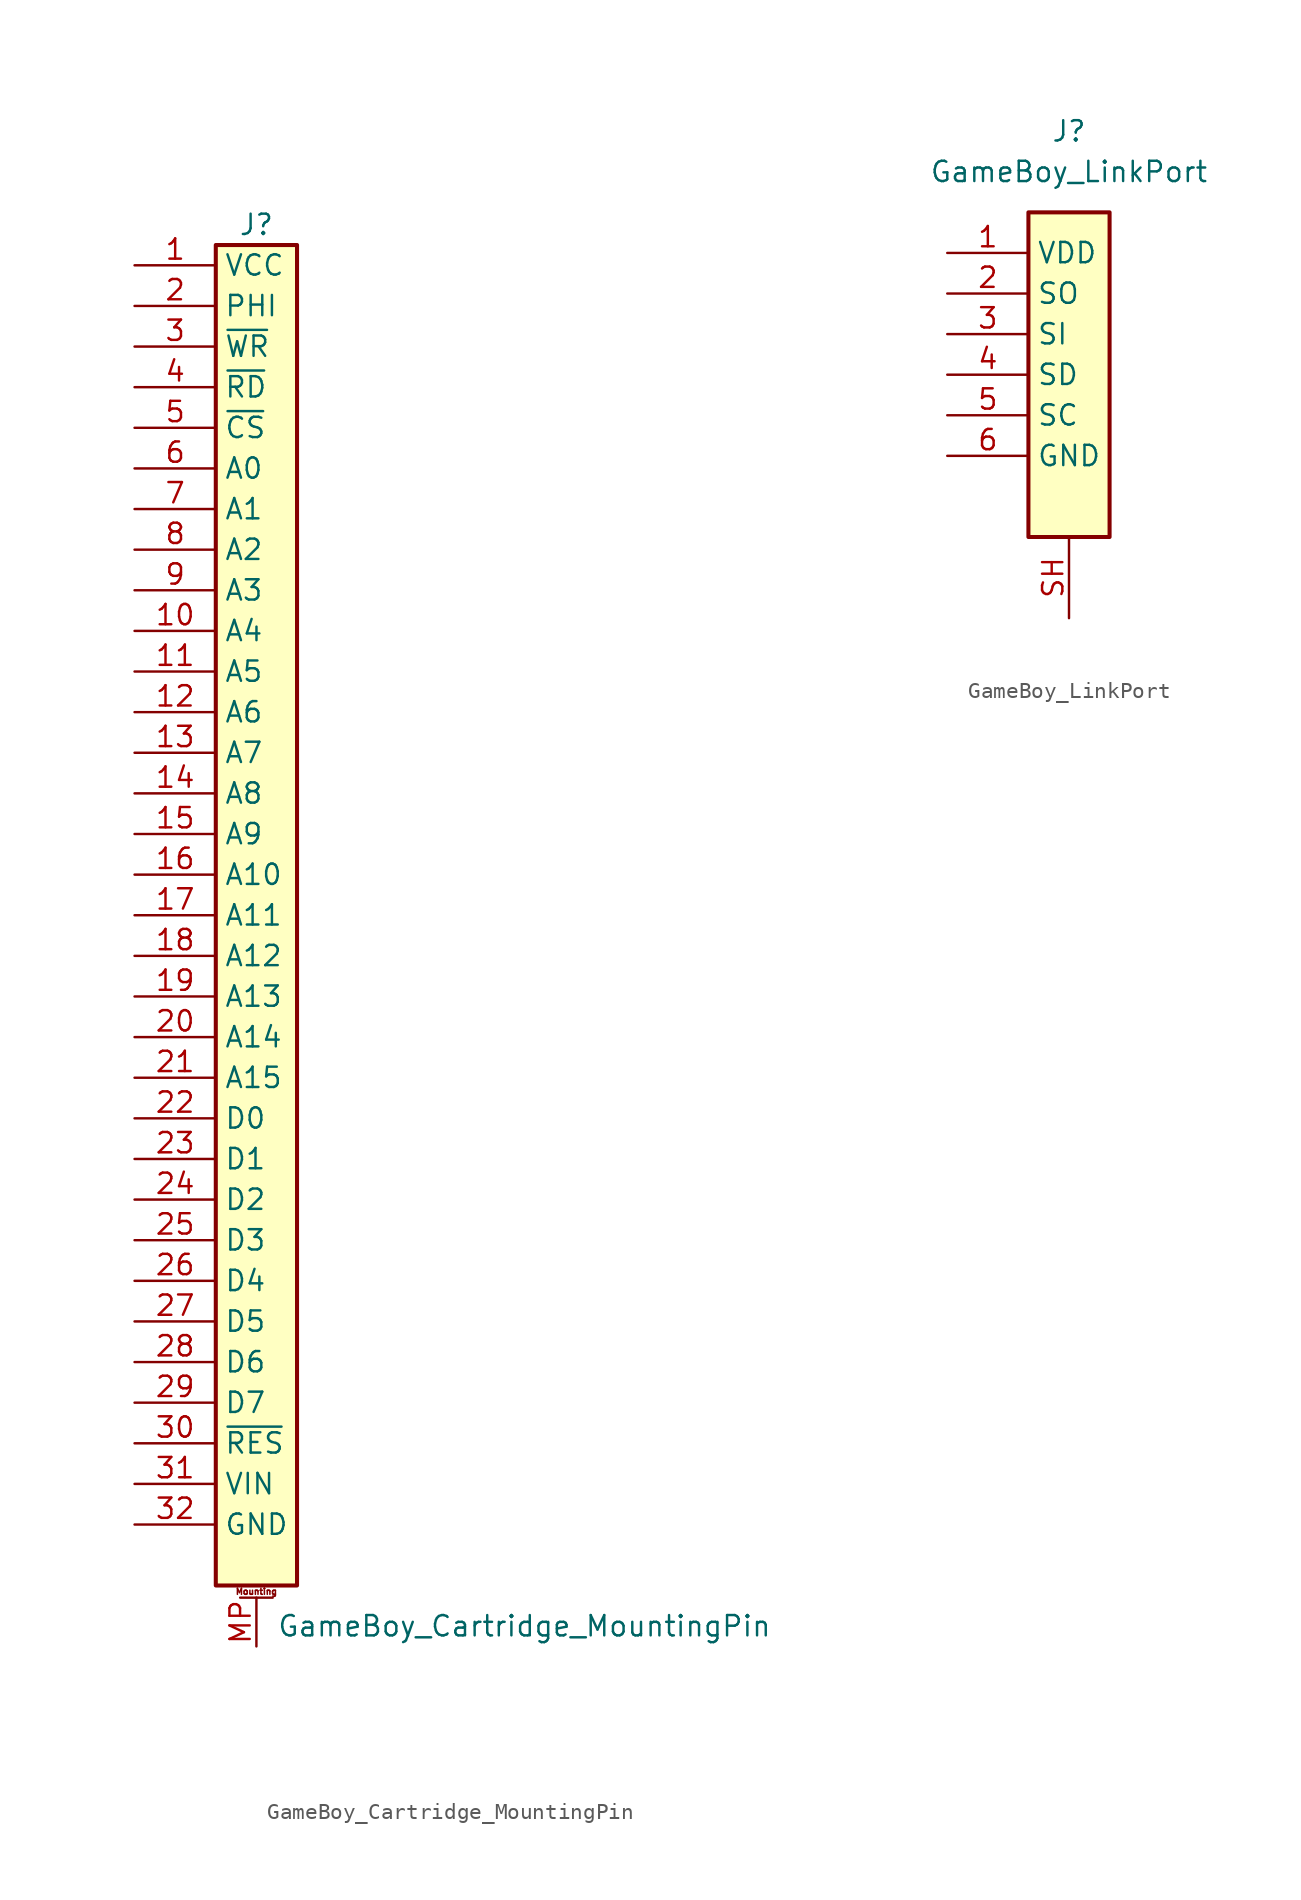
<source format=kicad_sym>
(kicad_symbol_lib
  (version 20210619)
  (generator kicad_symbol_editor)
  (symbol "GameBoy_Cartridge_MountingPin"
    (property "Reference" "J"
      (at 0 43.18 0)
      (effects (font (size 1.27 1.27))))
    (property "Value" "GameBoy_Cartridge_MountingPin"
      (at 1.27 -44.45 0)
      (effects (font (size 1.27 1.27)) (justify left)))
    (symbol "GameBoy_Cartridge_MountingPin_0_1"
      (rectangle (start -2.54 41.91) (end 2.54 -41.91) (stroke (width 0.254)) (fill (type background))))
    (symbol "GameBoy_Cartridge_MountingPin_1_1"
      (text "Mounting" (at 0 -42.291 0) (effects (font (size 0.381 0.381))))
      (polyline (pts (xy -1.016 -42.672) (xy 1.016 -42.672)) (stroke (width 0.152)) (fill (type none)))
      (pin passive line (at -7.62 40.64 0) (length 5.08) (name "VCC" (effects (font (size 1.27 1.27)))) (number "1" (effects (font (size 1.27 1.27)))))
      (pin passive line (at -7.62 17.78 0) (length 5.08) (name "A4" (effects (font (size 1.27 1.27)))) (number "10" (effects (font (size 1.27 1.27)))))
      (pin passive line (at -7.62 15.24 0) (length 5.08) (name "A5" (effects (font (size 1.27 1.27)))) (number "11" (effects (font (size 1.27 1.27)))))
      (pin passive line (at -7.62 12.7 0) (length 5.08) (name "A6" (effects (font (size 1.27 1.27)))) (number "12" (effects (font (size 1.27 1.27)))))
      (pin passive line (at -7.62 10.16 0) (length 5.08) (name "A7" (effects (font (size 1.27 1.27)))) (number "13" (effects (font (size 1.27 1.27)))))
      (pin passive line (at -7.62 7.62 0) (length 5.08) (name "A8" (effects (font (size 1.27 1.27)))) (number "14" (effects (font (size 1.27 1.27)))))
      (pin passive line (at -7.62 5.08 0) (length 5.08) (name "A9" (effects (font (size 1.27 1.27)))) (number "15" (effects (font (size 1.27 1.27)))))
      (pin passive line (at -7.62 2.54 0) (length 5.08) (name "A10" (effects (font (size 1.27 1.27)))) (number "16" (effects (font (size 1.27 1.27)))))
      (pin passive line (at -7.62 0 0) (length 5.08) (name "A11" (effects (font (size 1.27 1.27)))) (number "17" (effects (font (size 1.27 1.27)))))
      (pin passive line (at -7.62 -2.54 0) (length 5.08) (name "A12" (effects (font (size 1.27 1.27)))) (number "18" (effects (font (size 1.27 1.27)))))
      (pin passive line (at -7.62 -5.08 0) (length 5.08) (name "A13" (effects (font (size 1.27 1.27)))) (number "19" (effects (font (size 1.27 1.27)))))
      (pin passive line (at -7.62 38.1 0) (length 5.08) (name "PHI" (effects (font (size 1.27 1.27)))) (number "2" (effects (font (size 1.27 1.27)))))
      (pin passive line (at -7.62 -7.62 0) (length 5.08) (name "A14" (effects (font (size 1.27 1.27)))) (number "20" (effects (font (size 1.27 1.27)))))
      (pin passive line (at -7.62 -10.16 0) (length 5.08) (name "A15" (effects (font (size 1.27 1.27)))) (number "21" (effects (font (size 1.27 1.27)))))
      (pin passive line (at -7.62 -12.7 0) (length 5.08) (name "D0" (effects (font (size 1.27 1.27)))) (number "22" (effects (font (size 1.27 1.27)))))
      (pin passive line (at -7.62 -15.24 0) (length 5.08) (name "D1" (effects (font (size 1.27 1.27)))) (number "23" (effects (font (size 1.27 1.27)))))
      (pin passive line (at -7.62 -17.78 0) (length 5.08) (name "D2" (effects (font (size 1.27 1.27)))) (number "24" (effects (font (size 1.27 1.27)))))
      (pin passive line (at -7.62 -20.32 0) (length 5.08) (name "D3" (effects (font (size 1.27 1.27)))) (number "25" (effects (font (size 1.27 1.27)))))
      (pin passive line (at -7.62 -22.86 0) (length 5.08) (name "D4" (effects (font (size 1.27 1.27)))) (number "26" (effects (font (size 1.27 1.27)))))
      (pin passive line (at -7.62 -25.4 0) (length 5.08) (name "D5" (effects (font (size 1.27 1.27)))) (number "27" (effects (font (size 1.27 1.27)))))
      (pin passive line (at -7.62 -27.94 0) (length 5.08) (name "D6" (effects (font (size 1.27 1.27)))) (number "28" (effects (font (size 1.27 1.27)))))
      (pin passive line (at -7.62 -30.48 0) (length 5.08) (name "D7" (effects (font (size 1.27 1.27)))) (number "29" (effects (font (size 1.27 1.27)))))
      (pin passive line (at -7.62 35.56 0) (length 5.08) (name "~{WR}" (effects (font (size 1.27 1.27)))) (number "3" (effects (font (size 1.27 1.27)))))
      (pin passive line (at -7.62 -33.02 0) (length 5.08) (name "~{RES}" (effects (font (size 1.27 1.27)))) (number "30" (effects (font (size 1.27 1.27)))))
      (pin passive line (at -7.62 -35.56 0) (length 5.08) (name "VIN" (effects (font (size 1.27 1.27)))) (number "31" (effects (font (size 1.27 1.27)))))
      (pin passive line (at -7.62 -38.1 0) (length 5.08) (name "GND" (effects (font (size 1.27 1.27)))) (number "32" (effects (font (size 1.27 1.27)))))
      (pin passive line (at -7.62 33.02 0) (length 5.08) (name "~{RD}" (effects (font (size 1.27 1.27)))) (number "4" (effects (font (size 1.27 1.27)))))
      (pin passive line (at -7.62 30.48 0) (length 5.08) (name "~{CS}" (effects (font (size 1.27 1.27)))) (number "5" (effects (font (size 1.27 1.27)))))
      (pin passive line (at -7.62 27.94 0) (length 5.08) (name "A0" (effects (font (size 1.27 1.27)))) (number "6" (effects (font (size 1.27 1.27)))))
      (pin passive line (at -7.62 25.4 0) (length 5.08) (name "A1" (effects (font (size 1.27 1.27)))) (number "7" (effects (font (size 1.27 1.27)))))
      (pin passive line (at -7.62 22.86 0) (length 5.08) (name "A2" (effects (font (size 1.27 1.27)))) (number "8" (effects (font (size 1.27 1.27)))))
      (pin passive line (at -7.62 20.32 0) (length 5.08) (name "A3" (effects (font (size 1.27 1.27)))) (number "9" (effects (font (size 1.27 1.27)))))
      (pin passive line (at 0 -45.72 90) (length 3.048) (name "~" (effects (font (size 1.27 1.27)))) (number "MP" (effects (font (size 1.27 1.27)))))))
  (symbol "GameBoy_LinkPort"
    (property "Reference" "J"
      (at 0 15.24 0)
      (effects (font (size 1.27 1.27))))
    (property "Value" "GameBoy_LinkPort"
      (at 0 12.7 0)
      (effects (font (size 1.27 1.27))))
    (symbol "GameBoy_LinkPort_0_1"
      (rectangle (start -2.54 10.16) (end 2.54 -10.16) (stroke (width 0.254)) (fill (type background))))
    (symbol "GameBoy_LinkPort_1_1"
      (pin passive line (at -7.62 7.62 0) (length 5.08) (name "VDD" (effects (font (size 1.27 1.27)))) (number "1" (effects (font (size 1.27 1.27)))))
      (pin passive line (at -7.62 5.08 0) (length 5.08) (name "SO" (effects (font (size 1.27 1.27)))) (number "2" (effects (font (size 1.27 1.27)))))
      (pin passive line (at -7.62 2.54 0) (length 5.08) (name "SI" (effects (font (size 1.27 1.27)))) (number "3" (effects (font (size 1.27 1.27)))))
      (pin passive line (at -7.62 0 0) (length 5.08) (name "SD" (effects (font (size 1.27 1.27)))) (number "4" (effects (font (size 1.27 1.27)))))
      (pin passive line (at -7.62 -2.54 0) (length 5.08) (name "SC" (effects (font (size 1.27 1.27)))) (number "5" (effects (font (size 1.27 1.27)))))
      (pin passive line (at -7.62 -5.08 0) (length 5.08) (name "GND" (effects (font (size 1.27 1.27)))) (number "6" (effects (font (size 1.27 1.27)))))
      (pin passive line (at 0 -15.24 90) (length 5.08) (name "~" (effects (font (size 1.27 1.27)))) (number "SH" (effects (font (size 1.27 1.27))))))))
</source>
